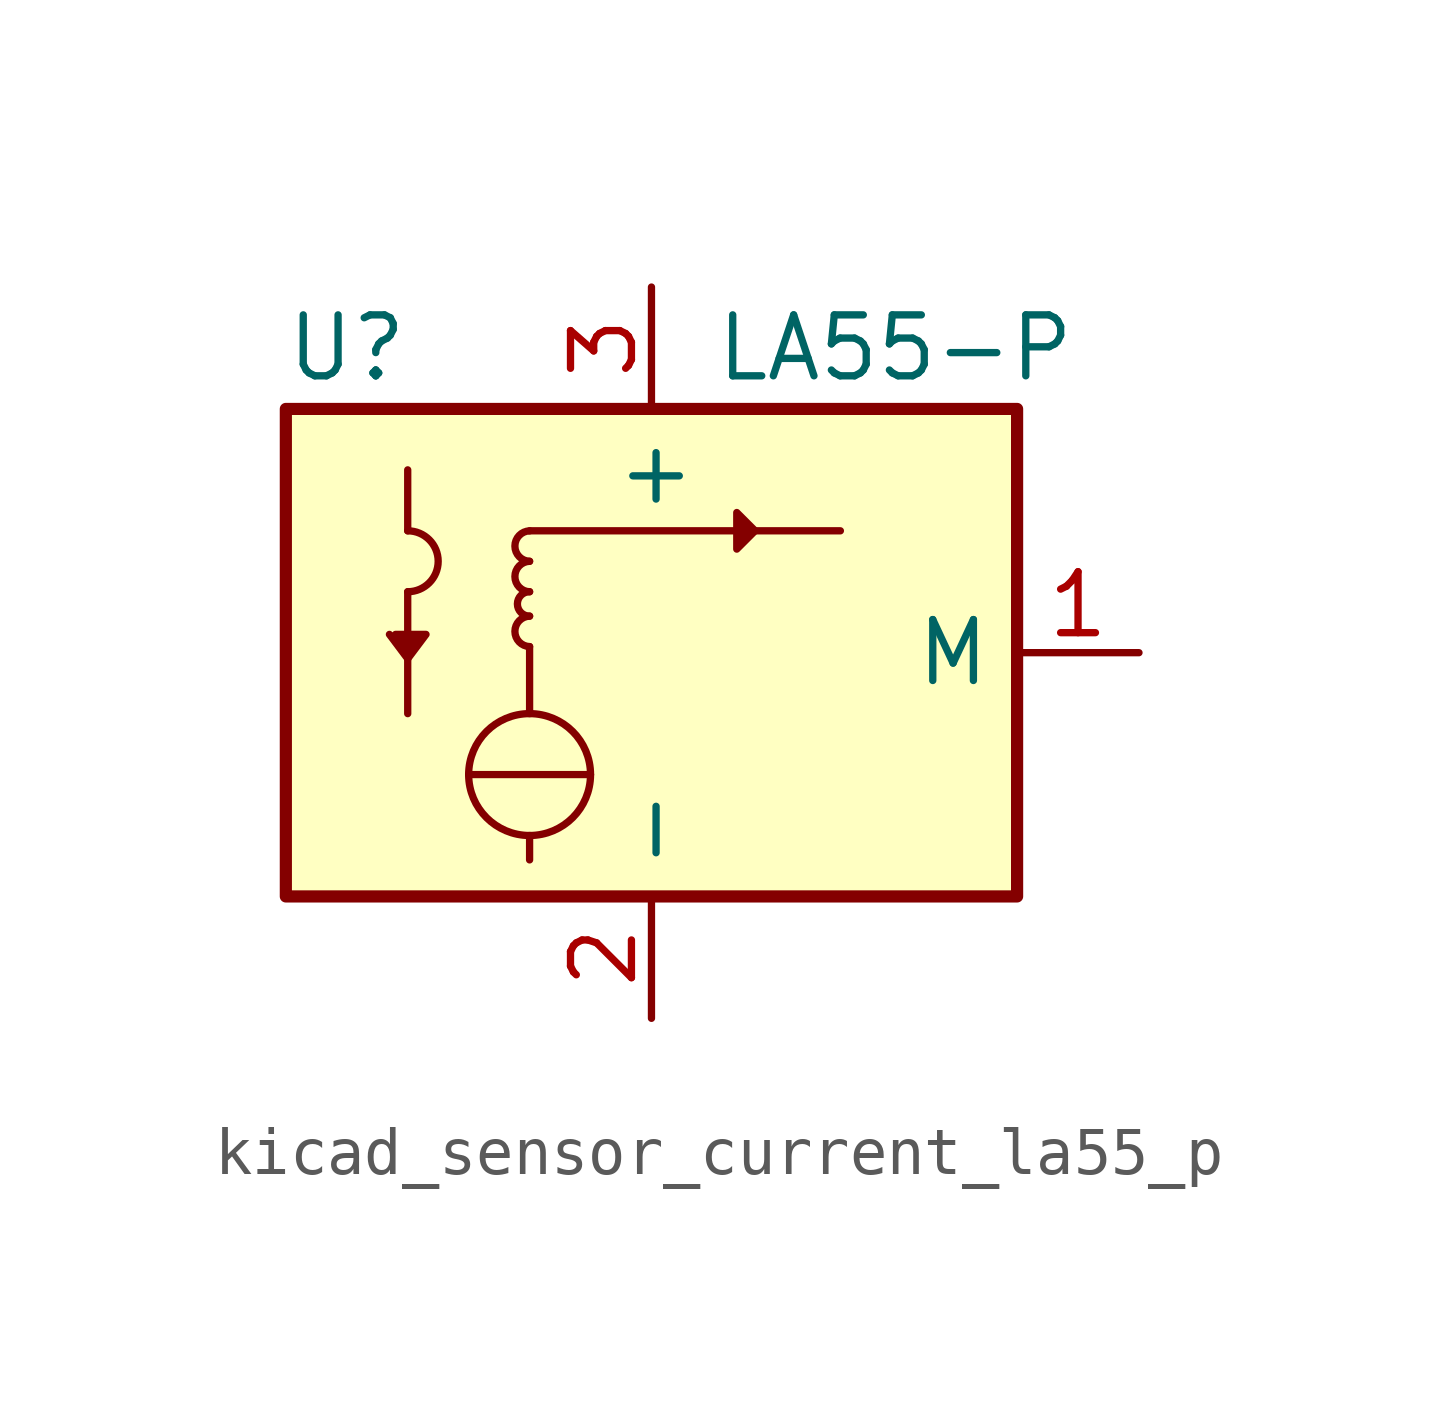
<source format=kicad_sym>
(kicad_symbol_lib
  (version 20220914)
  (generator kicad_symbol_editor)
  (symbol "kicad_sensor_current_la55_p"
    (property "Reference" "U"
      (at -6.35 6.35 0)
      (effects (font (size 1.27 1.27))))
    (property "Value" "LA55-P"
      (at 5.08 6.35 0)
      (effects (font (size 1.27 1.27))))
    (symbol "kicad_sensor_current_la55_p_0_1"
      (arc (start -5.08 1.27) (mid -4.4477 1.905) (end -5.08 2.54) (stroke (width 0) (type default)) (fill (type none)))
      (circle (center -2.54 -2.54) (radius 1.27) (stroke (width 0) (type default)) (fill (type none)))
      (arc (start -2.54 0.762) (mid -2.8448 0.4572) (end -2.54 0.127) (stroke (width 0) (type default)) (fill (type none)))
      (arc (start -2.54 1.27) (mid -2.7929 1.016) (end -2.54 0.762) (stroke (width 0) (type default)) (fill (type none)))
      (arc (start -2.54 1.905) (mid -2.8448 1.6002) (end -2.54 1.27) (stroke (width 0) (type default)) (fill (type none)))
      (arc (start -2.54 2.54) (mid -2.8448 2.2352) (end -2.54 1.905) (stroke (width 0) (type default)) (fill (type none)))
      (polyline (pts (xy -5.08 1.27) (xy -5.08 -1.27)) (stroke (width 0) (type default)) (fill (type none)))
      (polyline (pts (xy -5.08 3.81) (xy -5.08 2.54)) (stroke (width 0) (type default)) (fill (type none)))
      (polyline (pts (xy -3.81 -2.54) (xy -1.27 -2.54)) (stroke (width 0) (type default)) (fill (type none)))
      (polyline (pts (xy -2.54 -3.81) (xy -2.54 -4.318)) (stroke (width 0) (type default)) (fill (type none)))
      (polyline (pts (xy -2.54 -1.27) (xy -2.54 0.127)) (stroke (width 0) (type default)) (fill (type none)))
      (polyline (pts (xy -2.54 2.54) (xy 3.937 2.54)) (stroke (width 0) (type default)) (fill (type none)))
      (polyline (pts (xy -5.334 0.381) (xy -4.699 0.381) (xy -5.08 -0.127) (xy -5.461 0.381)) (stroke (width 0) (type default)) (fill (type outline)))
      (polyline (pts (xy 2.159 2.54) (xy 1.778 2.921) (xy 1.778 2.159) (xy 2.159 2.54)) (stroke (width 0) (type default)) (fill (type outline)))
      (rectangle (start 7.62 -5.08) (end -7.62 5.08) (stroke (width 0.254) (type default)) (fill (type background))))
    (symbol "kicad_sensor_current_la55_p_1_1"
      (pin output line (at 10.16 0 180) (length 2.54) (name "M" (effects (font (size 1.27 1.27)))) (number "1" (effects (font (size 1.27 1.27)))))
      (pin power_in line (at 0 -7.62 90) (length 2.54) (name "-" (effects (font (size 1.27 1.27)))) (number "2" (effects (font (size 1.27 1.27)))))
      (pin power_in line (at 0 7.62 270) (length 2.54) (name "+" (effects (font (size 1.27 1.27)))) (number "3" (effects (font (size 1.27 1.27))))))))
</source>
